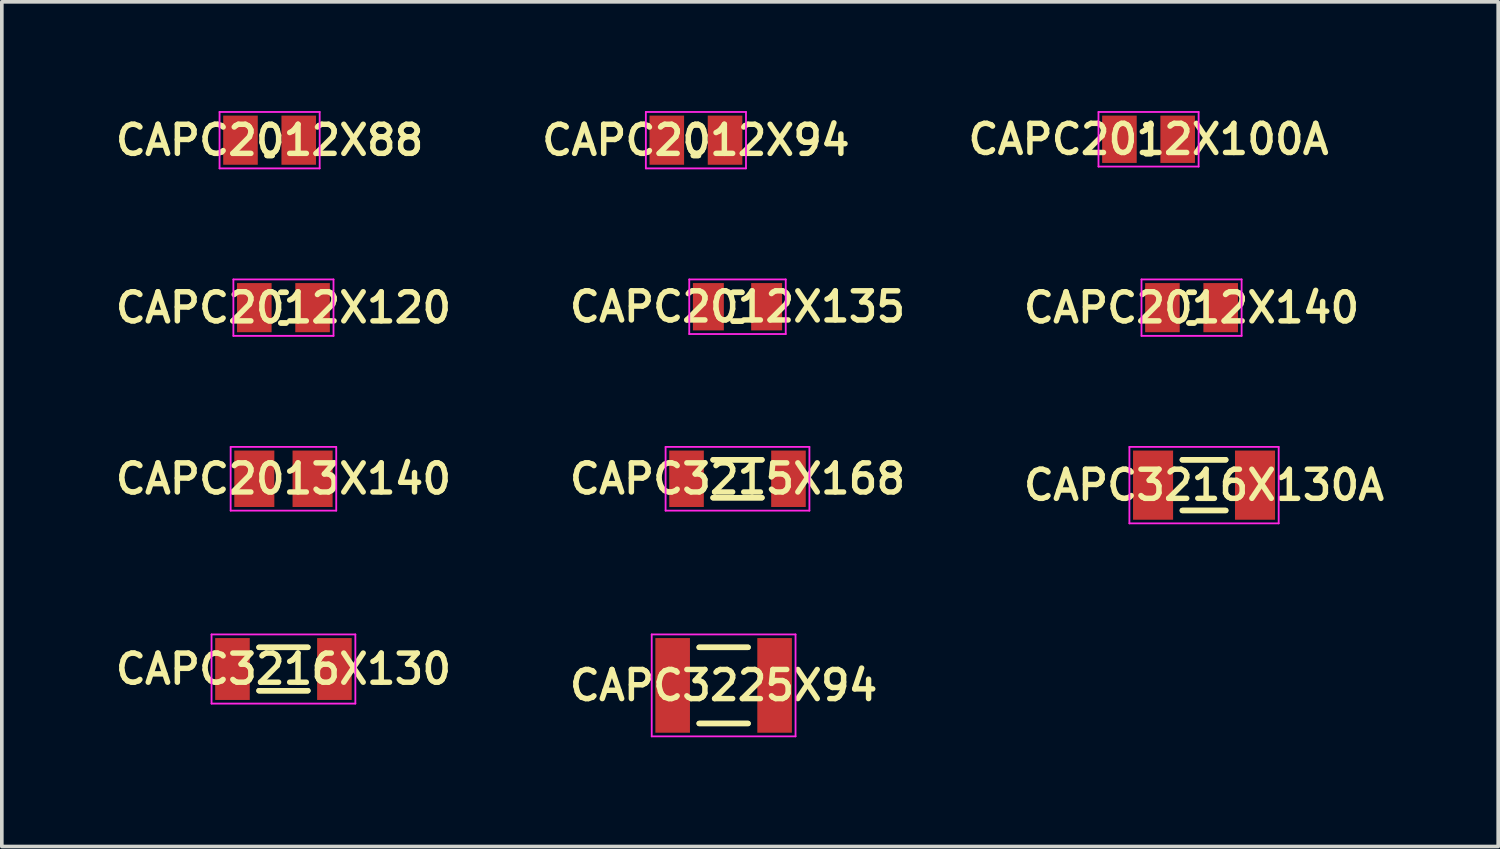
<source format=kicad_pcb>
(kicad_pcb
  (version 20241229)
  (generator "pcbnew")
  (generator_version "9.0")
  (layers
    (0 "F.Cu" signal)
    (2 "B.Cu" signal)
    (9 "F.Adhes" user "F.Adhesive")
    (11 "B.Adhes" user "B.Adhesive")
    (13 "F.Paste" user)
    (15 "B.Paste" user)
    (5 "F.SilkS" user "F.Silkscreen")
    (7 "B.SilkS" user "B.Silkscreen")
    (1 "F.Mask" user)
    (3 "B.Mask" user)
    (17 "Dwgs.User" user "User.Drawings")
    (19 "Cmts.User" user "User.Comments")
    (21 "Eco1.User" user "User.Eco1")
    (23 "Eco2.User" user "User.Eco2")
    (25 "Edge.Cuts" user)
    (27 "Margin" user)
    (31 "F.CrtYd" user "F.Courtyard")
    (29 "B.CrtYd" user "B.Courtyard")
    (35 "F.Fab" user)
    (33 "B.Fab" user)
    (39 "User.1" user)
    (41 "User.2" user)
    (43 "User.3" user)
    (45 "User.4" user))
  (footprint "CAPC2012X140"
    (layer "F.Cu")
    (at 29.677 5.4)
    (property "Reference" "CAPC2012X140" (at 0 0 0) (layer "F.SilkS") (effects (font (size 0.8 0.8) (thickness 0.15))))
    (attr smd)
    (fp_line (start -0.071 -0.421) (end 0.071 -0.421) (stroke (width 0.15) (type solid)) (layer "F.SilkS"))
    (fp_line (start -0.071 0.421) (end 0.071 0.421) (stroke (width 0.15) (type solid)) (layer "F.SilkS"))
    (fp_line (start 0.071 -0.421) (end -0.071 -0.421) (stroke (width 0.15) (type solid)) (layer "F.SilkS"))
    (fp_line (start 0.071 0.421) (end -0.071 0.421) (stroke (width 0.15) (type solid)) (layer "F.SilkS"))
    (fp_line (start -1.375 -0.775) (end 1.375 -0.775) (stroke (width 0.05) (type solid)) (layer "F.CrtYd"))
    (fp_line (start -1.375 0.775) (end -1.375 -0.775) (stroke (width 0.05) (type solid)) (layer "F.CrtYd"))
    (fp_line (start 1.375 -0.775) (end 1.375 0.775) (stroke (width 0.05) (type solid)) (layer "F.CrtYd"))
    (fp_line (start 1.375 0.775) (end -1.375 0.775) (stroke (width 0.05) (type solid)) (layer "F.CrtYd"))
    (pad "1" smd rect (at -0.8 0) (size 0.95 1.35) (layers "F.Cu" "F.Mask" "F.Paste"))
    (pad "2" smd rect (at 0.8 0) (size 0.95 1.35) (layers "F.Cu" "F.Mask" "F.Paste")))
  (footprint "CAPC3225X94"
    (layer "F.Cu")
    (at 16.825 15.775)
    (property "Reference" "CAPC3225X94" (at 0 0 0) (layer "F.SilkS") (effects (font (size 0.8 0.8) (thickness 0.15))))
    (attr smd)
    (fp_line (start -0.671 -1.046) (end 0.671 -1.046) (stroke (width 0.15) (type solid)) (layer "F.SilkS"))
    (fp_line (start -0.671 1.046) (end 0.671 1.046) (stroke (width 0.15) (type solid)) (layer "F.SilkS"))
    (fp_line (start 0.671 -1.046) (end -0.671 -1.046) (stroke (width 0.15) (type solid)) (layer "F.SilkS"))
    (fp_line (start 0.671 1.046) (end -0.671 1.046) (stroke (width 0.15) (type solid)) (layer "F.SilkS"))
    (fp_line (start -1.975 -1.4) (end 1.975 -1.4) (stroke (width 0.05) (type solid)) (layer "F.CrtYd"))
    (fp_line (start -1.975 1.4) (end -1.975 -1.4) (stroke (width 0.05) (type solid)) (layer "F.CrtYd"))
    (fp_line (start 1.975 -1.4) (end 1.975 1.4) (stroke (width 0.05) (type solid)) (layer "F.CrtYd"))
    (fp_line (start 1.975 1.4) (end -1.975 1.4) (stroke (width 0.05) (type solid)) (layer "F.CrtYd"))
    (pad "1" smd rect (at -1.4 0) (size 0.95 2.6) (layers "F.Cu" "F.Mask" "F.Paste"))
    (pad "2" smd rect (at 1.4 0) (size 0.95 2.6) (layers "F.Cu" "F.Mask" "F.Paste")))
  (footprint "CAPC2012X120"
    (layer "F.Cu")
    (at 4.735 5.4)
    (property "Reference" "CAPC2012X120" (at 0 0 0) (layer "F.SilkS") (effects (font (size 0.8 0.8) (thickness 0.15))))
    (attr smd)
    (fp_line (start -0.071 -0.421) (end 0.071 -0.421) (stroke (width 0.15) (type solid)) (layer "F.SilkS"))
    (fp_line (start -0.071 0.421) (end 0.071 0.421) (stroke (width 0.15) (type solid)) (layer "F.SilkS"))
    (fp_line (start 0.071 -0.421) (end -0.071 -0.421) (stroke (width 0.15) (type solid)) (layer "F.SilkS"))
    (fp_line (start 0.071 0.421) (end -0.071 0.421) (stroke (width 0.15) (type solid)) (layer "F.SilkS"))
    (fp_line (start -1.375 -0.775) (end 1.375 -0.775) (stroke (width 0.05) (type solid)) (layer "F.CrtYd"))
    (fp_line (start -1.375 0.775) (end -1.375 -0.775) (stroke (width 0.05) (type solid)) (layer "F.CrtYd"))
    (fp_line (start 1.375 -0.775) (end 1.375 0.775) (stroke (width 0.05) (type solid)) (layer "F.CrtYd"))
    (fp_line (start 1.375 0.775) (end -1.375 0.775) (stroke (width 0.05) (type solid)) (layer "F.CrtYd"))
    (pad "1" smd rect (at -0.8 0) (size 0.95 1.35) (layers "F.Cu" "F.Mask" "F.Paste"))
    (pad "2" smd rect (at 0.8 0) (size 0.95 1.35) (layers "F.Cu" "F.Mask" "F.Paste")))
  (footprint "CAPC2012X135"
    (layer "F.Cu")
    (at 17.206 5.375)
    (property "Reference" "CAPC2012X135" (at 0 0 0) (layer "F.SilkS") (effects (font (size 0.8 0.8) (thickness 0.15))))
    (attr smd)
    (fp_line (start -0.121 -0.396) (end 0.121 -0.396) (stroke (width 0.15) (type solid)) (layer "F.SilkS"))
    (fp_line (start -0.121 0.396) (end 0.121 0.396) (stroke (width 0.15) (type solid)) (layer "F.SilkS"))
    (fp_line (start 0.121 -0.396) (end -0.121 -0.396) (stroke (width 0.15) (type solid)) (layer "F.SilkS"))
    (fp_line (start 0.121 0.396) (end -0.121 0.396) (stroke (width 0.15) (type solid)) (layer "F.SilkS"))
    (fp_line (start -1.325 -0.75) (end 1.325 -0.75) (stroke (width 0.05) (type solid)) (layer "F.CrtYd"))
    (fp_line (start -1.325 0.75) (end -1.325 -0.75) (stroke (width 0.05) (type solid)) (layer "F.CrtYd"))
    (fp_line (start 1.325 -0.75) (end 1.325 0.75) (stroke (width 0.05) (type solid)) (layer "F.CrtYd"))
    (fp_line (start 1.325 0.75) (end -1.325 0.75) (stroke (width 0.05) (type solid)) (layer "F.CrtYd"))
    (pad "1" smd rect (at -0.8 0) (size 0.85 1.3) (layers "F.Cu" "F.Mask" "F.Paste"))
    (pad "2" smd rect (at 0.8 0) (size 0.85 1.3) (layers "F.Cu" "F.Mask" "F.Paste")))
  (footprint "CAPC3215X168"
    (layer "F.Cu")
    (at 17.206 10.1)
    (property "Reference" "CAPC3215X168" (at 0 0 0) (layer "F.SilkS") (effects (font (size 0.8 0.8) (thickness 0.15))))
    (attr smd)
    (fp_line (start -0.671 -0.521) (end 0.671 -0.521) (stroke (width 0.15) (type solid)) (layer "F.SilkS"))
    (fp_line (start -0.671 0.521) (end 0.671 0.521) (stroke (width 0.15) (type solid)) (layer "F.SilkS"))
    (fp_line (start 0.671 -0.521) (end -0.671 -0.521) (stroke (width 0.15) (type solid)) (layer "F.SilkS"))
    (fp_line (start 0.671 0.521) (end -0.671 0.521) (stroke (width 0.15) (type solid)) (layer "F.SilkS"))
    (fp_line (start -1.975 -0.875) (end 1.975 -0.875) (stroke (width 0.05) (type solid)) (layer "F.CrtYd"))
    (fp_line (start -1.975 0.875) (end -1.975 -0.875) (stroke (width 0.05) (type solid)) (layer "F.CrtYd"))
    (fp_line (start 1.975 -0.875) (end 1.975 0.875) (stroke (width 0.05) (type solid)) (layer "F.CrtYd"))
    (fp_line (start 1.975 0.875) (end -1.975 0.875) (stroke (width 0.05) (type solid)) (layer "F.CrtYd"))
    (pad "1" smd rect (at -1.4 0) (size 0.95 1.55) (layers "F.Cu" "F.Mask" "F.Paste"))
    (pad "2" smd rect (at 1.4 0) (size 0.95 1.55) (layers "F.Cu" "F.Mask" "F.Paste")))
  (footprint "CAPC3216X130"
    (layer "F.Cu")
    (at 4.735 15.325)
    (property "Reference" "CAPC3216X130" (at 0 0 0) (layer "F.SilkS") (effects (font (size 0.8 0.8) (thickness 0.15))))
    (attr smd)
    (fp_line (start -0.671 -0.596) (end 0.671 -0.596) (stroke (width 0.15) (type solid)) (layer "F.SilkS"))
    (fp_line (start -0.671 0.596) (end 0.671 0.596) (stroke (width 0.15) (type solid)) (layer "F.SilkS"))
    (fp_line (start 0.671 -0.596) (end -0.671 -0.596) (stroke (width 0.15) (type solid)) (layer "F.SilkS"))
    (fp_line (start 0.671 0.596) (end -0.671 0.596) (stroke (width 0.15) (type solid)) (layer "F.SilkS"))
    (fp_line (start -1.975 -0.95) (end 1.975 -0.95) (stroke (width 0.05) (type solid)) (layer "F.CrtYd"))
    (fp_line (start -1.975 0.95) (end -1.975 -0.95) (stroke (width 0.05) (type solid)) (layer "F.CrtYd"))
    (fp_line (start 1.975 -0.95) (end 1.975 0.95) (stroke (width 0.05) (type solid)) (layer "F.CrtYd"))
    (fp_line (start 1.975 0.95) (end -1.975 0.95) (stroke (width 0.05) (type solid)) (layer "F.CrtYd"))
    (pad "1" smd rect (at -1.4 0) (size 0.95 1.7) (layers "F.Cu" "F.Mask" "F.Paste"))
    (pad "2" smd rect (at 1.4 0) (size 0.95 1.7) (layers "F.Cu" "F.Mask" "F.Paste")))
  (footprint "CAPC2012X100A"
    (layer "F.Cu")
    (at 28.496 0.775)
    (property "Reference" "CAPC2012X100A" (at 0 0 0) (layer "F.SilkS") (effects (font (size 0.8 0.8) (thickness 0.15))))
    (attr smd)
    (fp_line (start -0.071 -0.396) (end 0.071 -0.396) (stroke (width 0.15) (type solid)) (layer "F.SilkS"))
    (fp_line (start -0.071 0.396) (end 0.071 0.396) (stroke (width 0.15) (type solid)) (layer "F.SilkS"))
    (fp_line (start 0.071 -0.396) (end -0.071 -0.396) (stroke (width 0.15) (type solid)) (layer "F.SilkS"))
    (fp_line (start 0.071 0.396) (end -0.071 0.396) (stroke (width 0.15) (type solid)) (layer "F.SilkS"))
    (fp_line (start -1.375 -0.75) (end 1.375 -0.75) (stroke (width 0.05) (type solid)) (layer "F.CrtYd"))
    (fp_line (start -1.375 0.75) (end -1.375 -0.75) (stroke (width 0.05) (type solid)) (layer "F.CrtYd"))
    (fp_line (start 1.375 -0.75) (end 1.375 0.75) (stroke (width 0.05) (type solid)) (layer "F.CrtYd"))
    (fp_line (start 1.375 0.75) (end -1.375 0.75) (stroke (width 0.05) (type solid)) (layer "F.CrtYd"))
    (pad "1" smd rect (at -0.8 0) (size 0.95 1.3) (layers "F.Cu" "F.Mask" "F.Paste"))
    (pad "2" smd rect (at 0.8 0) (size 0.95 1.3) (layers "F.Cu" "F.Mask" "F.Paste")))
  (footprint "CAPC2012X94"
    (layer "F.Cu")
    (at 16.064 0.8)
    (property "Reference" "CAPC2012X94" (at 0 0 0) (layer "F.SilkS") (effects (font (size 0.8 0.8) (thickness 0.15))))
    (attr smd)
    (fp_line (start -0.071 -0.421) (end 0.071 -0.421) (stroke (width 0.15) (type solid)) (layer "F.SilkS"))
    (fp_line (start -0.071 0.421) (end 0.071 0.421) (stroke (width 0.15) (type solid)) (layer "F.SilkS"))
    (fp_line (start 0.071 -0.421) (end -0.071 -0.421) (stroke (width 0.15) (type solid)) (layer "F.SilkS"))
    (fp_line (start 0.071 0.421) (end -0.071 0.421) (stroke (width 0.15) (type solid)) (layer "F.SilkS"))
    (fp_line (start -1.375 -0.775) (end 1.375 -0.775) (stroke (width 0.05) (type solid)) (layer "F.CrtYd"))
    (fp_line (start -1.375 0.775) (end -1.375 -0.775) (stroke (width 0.05) (type solid)) (layer "F.CrtYd"))
    (fp_line (start 1.375 -0.775) (end 1.375 0.775) (stroke (width 0.05) (type solid)) (layer "F.CrtYd"))
    (fp_line (start 1.375 0.775) (end -1.375 0.775) (stroke (width 0.05) (type solid)) (layer "F.CrtYd"))
    (pad "1" smd rect (at -0.8 0) (size 0.95 1.35) (layers "F.Cu" "F.Mask" "F.Paste"))
    (pad "2" smd rect (at 0.8 0) (size 0.95 1.35) (layers "F.Cu" "F.Mask" "F.Paste")))
  (footprint "CAPC2013X140"
    (layer "F.Cu")
    (at 4.735 10.1)
    (property "Reference" "CAPC2013X140" (at 0 0 0) (layer "F.SilkS") (effects (font (size 0.8 0.8) (thickness 0.15))))
    (attr smd)
    (fp_line (start -1.45 -0.875) (end 1.45 -0.875) (stroke (width 0.05) (type solid)) (layer "F.CrtYd"))
    (fp_line (start -1.45 0.875) (end -1.45 -0.875) (stroke (width 0.05) (type solid)) (layer "F.CrtYd"))
    (fp_line (start 1.45 -0.875) (end 1.45 0.875) (stroke (width 0.05) (type solid)) (layer "F.CrtYd"))
    (fp_line (start 1.45 0.875) (end -1.45 0.875) (stroke (width 0.05) (type solid)) (layer "F.CrtYd"))
    (pad "1" smd rect (at -0.8 0) (size 1.1 1.55) (layers "F.Cu" "F.Mask" "F.Paste"))
    (pad "2" smd rect (at 0.8 0) (size 1.1 1.55) (layers "F.Cu" "F.Mask" "F.Paste")))
  (footprint "CAPC3216X130A"
    (layer "F.Cu")
    (at 30.02 10.275)
    (property "Reference" "CAPC3216X130A" (at 0 0 0) (layer "F.SilkS") (effects (font (size 0.8 0.8) (thickness 0.15))))
    (attr smd)
    (fp_line (start -0.596 -0.696) (end 0.596 -0.696) (stroke (width 0.15) (type solid)) (layer "F.SilkS"))
    (fp_line (start -0.596 0.696) (end 0.596 0.696) (stroke (width 0.15) (type solid)) (layer "F.SilkS"))
    (fp_line (start 0.596 -0.696) (end -0.596 -0.696) (stroke (width 0.15) (type solid)) (layer "F.SilkS"))
    (fp_line (start 0.596 0.696) (end -0.596 0.696) (stroke (width 0.15) (type solid)) (layer "F.SilkS"))
    (fp_line (start -2.05 -1.05) (end 2.05 -1.05) (stroke (width 0.05) (type solid)) (layer "F.CrtYd"))
    (fp_line (start -2.05 1.05) (end -2.05 -1.05) (stroke (width 0.05) (type solid)) (layer "F.CrtYd"))
    (fp_line (start 2.05 -1.05) (end 2.05 1.05) (stroke (width 0.05) (type solid)) (layer "F.CrtYd"))
    (fp_line (start 2.05 1.05) (end -2.05 1.05) (stroke (width 0.05) (type solid)) (layer "F.CrtYd"))
    (pad "1" smd rect (at -1.4 0) (size 1.1 1.9) (layers "F.Cu" "F.Mask" "F.Paste"))
    (pad "2" smd rect (at 1.4 0) (size 1.1 1.9) (layers "F.Cu" "F.Mask" "F.Paste")))
  (footprint "CAPC2012X88"
    (layer "F.Cu")
    (at 4.355 0.8)
    (property "Reference" "CAPC2012X88" (at 0 0 0) (layer "F.SilkS") (effects (font (size 0.8 0.8) (thickness 0.15))))
    (attr smd)
    (fp_line (start -0.071 -0.421) (end 0.071 -0.421) (stroke (width 0.15) (type solid)) (layer "F.SilkS"))
    (fp_line (start -0.071 0.421) (end 0.071 0.421) (stroke (width 0.15) (type solid)) (layer "F.SilkS"))
    (fp_line (start 0.071 -0.421) (end -0.071 -0.421) (stroke (width 0.15) (type solid)) (layer "F.SilkS"))
    (fp_line (start 0.071 0.421) (end -0.071 0.421) (stroke (width 0.15) (type solid)) (layer "F.SilkS"))
    (fp_line (start -1.375 -0.775) (end 1.375 -0.775) (stroke (width 0.05) (type solid)) (layer "F.CrtYd"))
    (fp_line (start -1.375 0.775) (end -1.375 -0.775) (stroke (width 0.05) (type solid)) (layer "F.CrtYd"))
    (fp_line (start 1.375 -0.775) (end 1.375 0.775) (stroke (width 0.05) (type solid)) (layer "F.CrtYd"))
    (fp_line (start 1.375 0.775) (end -1.375 0.775) (stroke (width 0.05) (type solid)) (layer "F.CrtYd"))
    (pad "1" smd rect (at -0.8 0) (size 0.95 1.35) (layers "F.Cu" "F.Mask" "F.Paste"))
    (pad "2" smd rect (at 0.8 0) (size 0.95 1.35) (layers "F.Cu" "F.Mask" "F.Paste")))
  (gr_rect
    (start -3 -3)
    (end 38.099 20.2)
    (stroke (width 0.1) (type default))
    (fill no)
    (layer "Edge.Cuts")))
</source>
